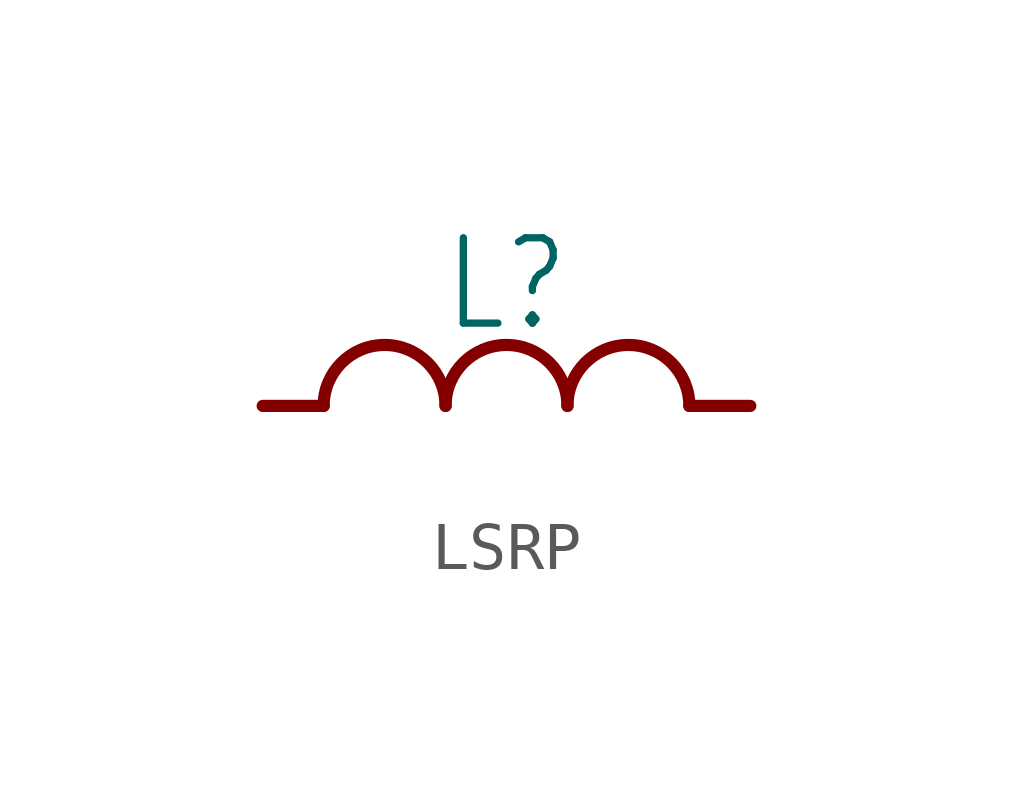
<source format=kicad_sym>
(kicad_symbol_lib
  (version 20231120)
  (generator "kicad_symbol_editor")
  (generator_version "8.0")
  (symbol "LSRP"
    (property "Reference" "L"
      (at 0 2.54 0)
      (effects (font (size 1.778 1.511))))
    (property "Value" ""
      (at 0 -1.27 0)
      (effects (font (size 1.778 1.511))))
    (property "ki_locked" ""
      (at 0 0 0)
      (effects (font (size 1.27 1.27))))
    (symbol "LSRP_1_0"
      (arc (start -1.27 0) (mid -2.54 1.27) (end -3.81 0) (stroke (width 0.254) (type solid)) (fill (type none)))
      (polyline (pts (xy -5.08 0) (xy -3.81 0)) (stroke (width 0.254) (type solid)) (fill (type none)))
      (polyline (pts (xy 3.81 0) (xy 5.08 0)) (stroke (width 0.254) (type solid)) (fill (type none)))
      (arc (start 1.27 0) (mid 0 1.27) (end -1.27 0) (stroke (width 0.254) (type solid)) (fill (type none)))
      (arc (start 3.81 0) (mid 2.54 1.27) (end 1.27 0) (stroke (width 0.254) (type solid)) (fill (type none)))
      (pin passive line (at -5.08 0 0) (length 0) (name "1" (effects (font (size 0 0)))) (number "1" (effects (font (size 0 0)))))
      (pin passive line (at 5.08 0 180) (length 0) (name "2" (effects (font (size 0 0)))) (number "2" (effects (font (size 0 0))))))))
</source>
